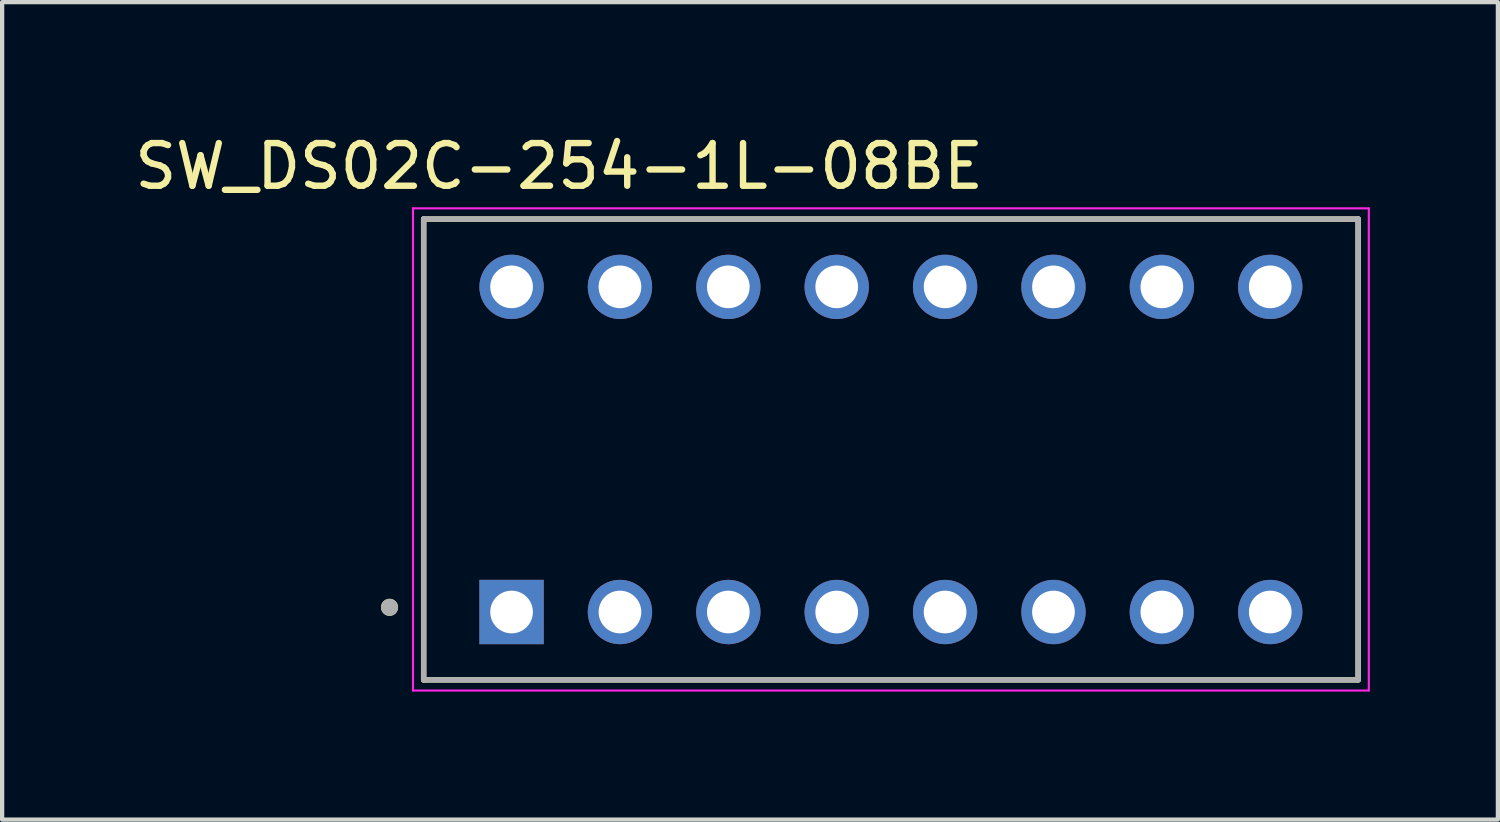
<source format=kicad_pcb>
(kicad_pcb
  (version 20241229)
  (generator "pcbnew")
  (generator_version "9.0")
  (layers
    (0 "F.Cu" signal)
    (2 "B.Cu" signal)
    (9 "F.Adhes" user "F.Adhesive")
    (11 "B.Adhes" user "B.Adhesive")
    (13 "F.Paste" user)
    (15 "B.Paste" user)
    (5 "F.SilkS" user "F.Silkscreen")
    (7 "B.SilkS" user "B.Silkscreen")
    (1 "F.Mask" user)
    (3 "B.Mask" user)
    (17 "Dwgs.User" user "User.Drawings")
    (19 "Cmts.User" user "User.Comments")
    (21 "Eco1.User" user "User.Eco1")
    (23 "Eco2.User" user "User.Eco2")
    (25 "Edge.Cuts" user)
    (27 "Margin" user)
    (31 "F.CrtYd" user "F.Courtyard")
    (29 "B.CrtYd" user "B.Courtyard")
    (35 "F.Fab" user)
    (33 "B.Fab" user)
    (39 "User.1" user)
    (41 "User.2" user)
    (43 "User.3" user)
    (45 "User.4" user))
  (footprint "SW_DS02C-254-1L-08BE"
    (layer "F.Cu")
    (at 17.829 7.483)
    (property "Reference" "SW_DS02C-254-1L-08BE" (at -7.775 -6.635 0) (layer "F.SilkS") (effects (font (size 1 1) (thickness 0.15))))
    (attr through_hole)
    (fp_line (start -10.95 -5.4) (end -10.95 5.4) (stroke (width 0.127) (type solid)) (layer "F.SilkS"))
    (fp_line (start -10.95 5.4) (end 10.95 5.4) (stroke (width 0.127) (type solid)) (layer "F.SilkS"))
    (fp_line (start 10.95 -5.4) (end -10.95 -5.4) (stroke (width 0.127) (type solid)) (layer "F.SilkS"))
    (fp_line (start 10.95 5.4) (end 10.95 -5.4) (stroke (width 0.127) (type solid)) (layer "F.SilkS"))
    (fp_circle (center -11.75 3.7) (end -11.65 3.7) (stroke (width 0.2) (type solid)) (fill no) (layer "F.SilkS"))
    (fp_line (start -11.2 -5.65) (end 11.2 -5.65) (stroke (width 0.05) (type solid)) (layer "F.CrtYd"))
    (fp_line (start -11.2 5.65) (end -11.2 -5.65) (stroke (width 0.05) (type solid)) (layer "F.CrtYd"))
    (fp_line (start 11.2 -5.65) (end 11.2 5.65) (stroke (width 0.05) (type solid)) (layer "F.CrtYd"))
    (fp_line (start 11.2 5.65) (end -11.2 5.65) (stroke (width 0.05) (type solid)) (layer "F.CrtYd"))
    (fp_line (start -10.95 -5.4) (end -10.95 5.4) (stroke (width 0.127) (type solid)) (layer "F.Fab"))
    (fp_line (start -10.95 5.4) (end 10.95 5.4) (stroke (width 0.127) (type solid)) (layer "F.Fab"))
    (fp_line (start 10.95 -5.4) (end -10.95 -5.4) (stroke (width 0.127) (type solid)) (layer "F.Fab"))
    (fp_line (start 10.95 5.4) (end 10.95 -5.4) (stroke (width 0.127) (type solid)) (layer "F.Fab"))
    (fp_circle (center -11.75 3.7) (end -11.65 3.7) (stroke (width 0.2) (type solid)) (fill no) (layer "F.Fab"))
    (pad "1A" thru_hole rect (at -8.89 3.81) (size 1.508 1.508) (drill 1) (layers "*.Cu" "*.Mask"))
    (pad "1B" thru_hole circle (at -8.89 -3.81) (size 1.508 1.508) (drill 1) (layers "*.Cu" "*.Mask"))
    (pad "2A" thru_hole circle (at -6.35 3.81) (size 1.508 1.508) (drill 1) (layers "*.Cu" "*.Mask"))
    (pad "2B" thru_hole circle (at -6.35 -3.81) (size 1.508 1.508) (drill 1) (layers "*.Cu" "*.Mask"))
    (pad "3A" thru_hole circle (at -3.81 3.81) (size 1.508 1.508) (drill 1) (layers "*.Cu" "*.Mask"))
    (pad "3B" thru_hole circle (at -3.81 -3.81) (size 1.508 1.508) (drill 1) (layers "*.Cu" "*.Mask"))
    (pad "4A" thru_hole circle (at -1.27 3.81) (size 1.508 1.508) (drill 1) (layers "*.Cu" "*.Mask"))
    (pad "4B" thru_hole circle (at -1.27 -3.81) (size 1.508 1.508) (drill 1) (layers "*.Cu" "*.Mask"))
    (pad "5A" thru_hole circle (at 1.27 3.81) (size 1.508 1.508) (drill 1) (layers "*.Cu" "*.Mask"))
    (pad "5B" thru_hole circle (at 1.27 -3.81) (size 1.508 1.508) (drill 1) (layers "*.Cu" "*.Mask"))
    (pad "6A" thru_hole circle (at 3.81 3.81) (size 1.508 1.508) (drill 1) (layers "*.Cu" "*.Mask"))
    (pad "6B" thru_hole circle (at 3.81 -3.81) (size 1.508 1.508) (drill 1) (layers "*.Cu" "*.Mask"))
    (pad "7A" thru_hole circle (at 6.35 3.81) (size 1.508 1.508) (drill 1) (layers "*.Cu" "*.Mask"))
    (pad "7B" thru_hole circle (at 6.35 -3.81) (size 1.508 1.508) (drill 1) (layers "*.Cu" "*.Mask"))
    (pad "8A" thru_hole circle (at 8.89 3.81) (size 1.508 1.508) (drill 1) (layers "*.Cu" "*.Mask"))
    (pad "8B" thru_hole circle (at 8.89 -3.81) (size 1.508 1.508) (drill 1) (layers "*.Cu" "*.Mask")))
  (gr_rect
    (start -3 -3)
    (end 32.054 16.158)
    (stroke (width 0.1) (type default))
    (fill no)
    (layer "Edge.Cuts")))
</source>
